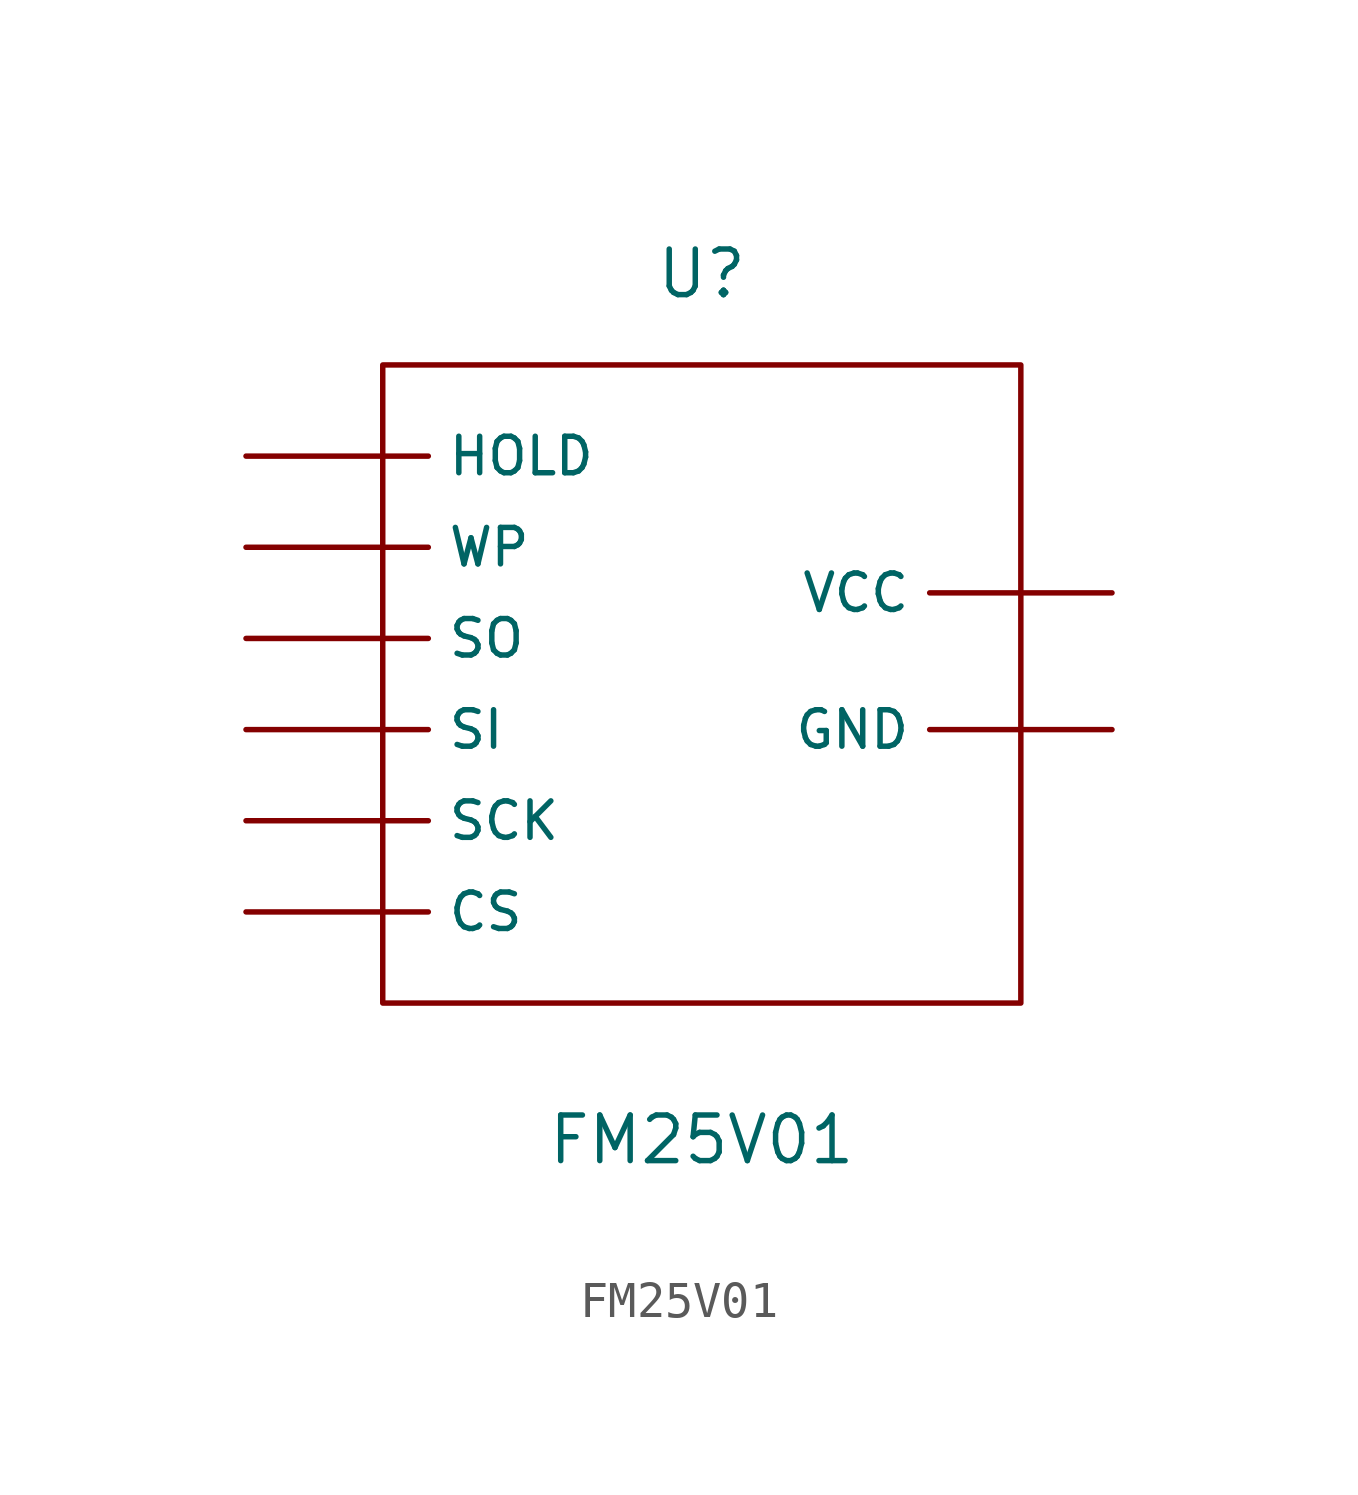
<source format=kicad_sym>
(kicad_symbol_lib
  (version 20211014)
  (generator kicad_symbol_editor)
  (symbol "FM25V01"
    (property "Reference" "U"
      (at 0 10.16 0)
      (effects (font (size 1.27 1.27))))
    (property "Value" "FM25V01"
      (at 0 -13.97 0)
      (effects (font (size 1.27 1.27))))
    (symbol "FM25V01_0_0"
      (pin bidirectional line (at -12.7 -7.62 0) (length 5.08) (name "CS" (effects (font (size 1.016 1.016)))) (number "" (effects (font (size 1.016 1.016)))))
      (pin bidirectional line (at 11.43 -2.54 180) (length 5.08) (name "GND" (effects (font (size 1.016 1.016)))) (number "" (effects (font (size 1.016 1.016)))))
      (pin bidirectional line (at -12.7 5.08 0) (length 5.08) (name "HOLD" (effects (font (size 1.016 1.016)))) (number "" (effects (font (size 1.016 1.016)))))
      (pin bidirectional line (at -12.7 -5.08 0) (length 5.08) (name "SCK" (effects (font (size 1.016 1.016)))) (number "" (effects (font (size 1.016 1.016)))))
      (pin bidirectional line (at -12.7 -2.54 0) (length 5.08) (name "SI" (effects (font (size 1.016 1.016)))) (number "" (effects (font (size 1.016 1.016)))))
      (pin bidirectional line (at -12.7 0 0) (length 5.08) (name "SO" (effects (font (size 1.016 1.016)))) (number "" (effects (font (size 1.016 1.016)))))
      (pin bidirectional line (at 11.43 1.27 180) (length 5.08) (name "VCC" (effects (font (size 1.016 1.016)))) (number "" (effects (font (size 1.016 1.016)))))
      (pin bidirectional line (at -12.7 2.54 0) (length 5.08) (name "WP" (effects (font (size 1.016 1.016)))) (number "" (effects (font (size 1.016 1.016))))))
    (symbol "FM25V01_0_1"
      (rectangle (start -8.89 7.62) (end 8.89 -10.16) (stroke (width 0) (type default) (color 0 0 0 0)) (fill (type none))))))
</source>
